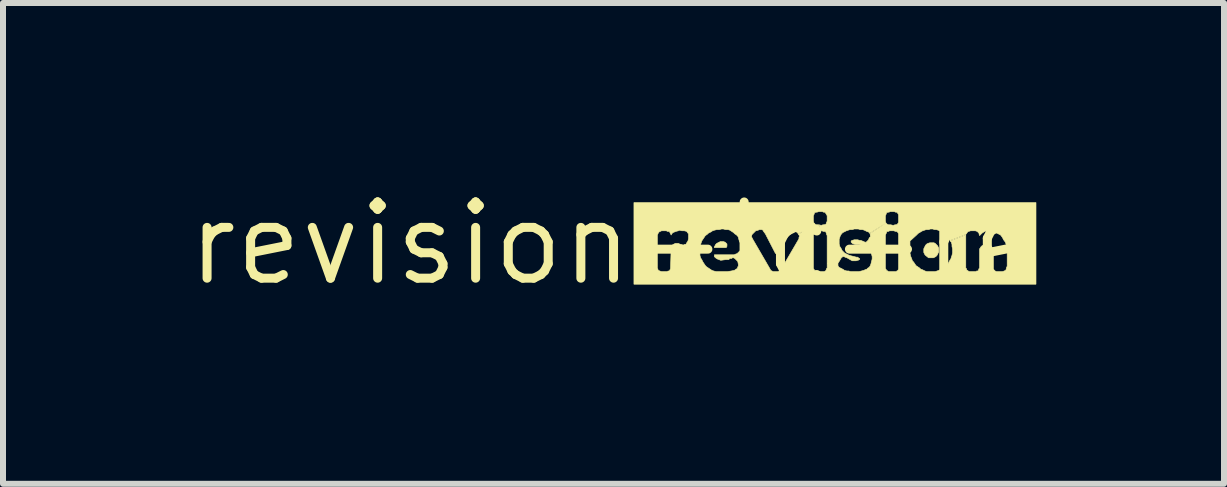
<source format=kicad_pcb>
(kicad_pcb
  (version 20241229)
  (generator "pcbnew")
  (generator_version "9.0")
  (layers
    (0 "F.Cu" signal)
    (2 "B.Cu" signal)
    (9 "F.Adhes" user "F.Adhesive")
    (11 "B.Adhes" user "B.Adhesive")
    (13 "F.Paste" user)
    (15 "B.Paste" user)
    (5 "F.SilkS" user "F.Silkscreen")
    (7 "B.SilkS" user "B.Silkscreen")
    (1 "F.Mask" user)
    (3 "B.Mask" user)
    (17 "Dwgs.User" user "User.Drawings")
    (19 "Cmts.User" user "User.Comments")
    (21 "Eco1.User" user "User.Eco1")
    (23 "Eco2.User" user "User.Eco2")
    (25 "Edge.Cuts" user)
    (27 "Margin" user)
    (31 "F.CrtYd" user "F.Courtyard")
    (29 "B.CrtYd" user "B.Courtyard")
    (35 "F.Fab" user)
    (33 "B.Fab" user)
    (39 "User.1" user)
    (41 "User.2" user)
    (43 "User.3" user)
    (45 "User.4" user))
  (footprint "revision-lc-re"
    (layer "F.Cu")
    (at 7.174 1.006)
    (property "Reference" "revision-lc-re" (at 0 0 0) (layer "F.SilkS") (effects (font (size 1.27 1.27) (thickness 0.15))))
    (attr board_only exclude_from_pos_files exclude_from_bom)
    (fp_poly (pts (xy 1.84 0.07) (xy 1.86 0.07) (xy 1.87 0.07) (xy 1.88 0.07) (xy 1.88 0.06) (xy 1.89 0.05) (xy 1.89 0.04) (xy 1.89 0.02) (xy 1.89 0.01) (xy 1.87 -0.01) (xy 1.86 -0.02) (xy 1.83 -0.03) (xy 1.8 -0.03) (xy 1.78 -0.03) (xy 1.76 -0.02) (xy 1.74 -0.01) (xy 1.72 0) (xy 1.7 0.02) (xy 1.69 0.04) (xy 1.68 0.06) (xy 1.68 0.07) (xy 1.84 0.07)) (stroke (width 0.01) (type solid)) (fill yes) (layer "F.SilkS"))
    (fp_poly (pts (xy 5.25 0.24) (xy 5.31 0.24) (xy 5.33 0.24) (xy 5.35 0.23) (xy 5.37 0.22) (xy 5.39 0.2) (xy 5.4 0.18) (xy 5.41 0.16) (xy 5.42 0.14) (xy 5.42 0.11) (xy 5.42 0.08) (xy 5.41 0.06) (xy 5.4 0.04) (xy 5.38 0.02) (xy 5.36 0) (xy 5.34 -0.01) (xy 5.31 -0.01) (xy 5.29 -0.01) (xy 5.27 -0.01) (xy 5.24 0) (xy 5.22 0.01) (xy 5.2 0.03) (xy 5.19 0.05) (xy 5.18 0.07) (xy 5.17 0.09) (xy 5.17 0.12) (xy 5.17 0.15) (xy 5.18 0.17) (xy 5.19 0.19) (xy 5.2 0.2) (xy 5.25 0.24)) (stroke (width 0.01) (type solid)) (fill yes) (layer "F.SilkS"))
    (fp_poly (pts (xy 0.68 -0.68) (xy 0.34 -0.68) (xy 0.34 0.68) (xy 0.74 0.44) (xy 0.74 0.43) (xy 0.73 0.41) (xy 0.73 0.39) (xy 0.73 -0.14) (xy 0.74 -0.16) (xy 0.75 -0.18) (xy 0.76 -0.19) (xy 0.77 -0.2) (xy 0.78 -0.2) (xy 0.8 -0.21) (xy 0.86 -0.21) (xy 0.88 -0.21) (xy 0.9 -0.2) (xy 0.93 -0.2) (xy 0.94 -0.18) (xy 0.95 -0.16) (xy 0.96 -0.14) (xy 0.97 -0.16) (xy 0.99 -0.18) (xy 1.04 -0.2) (xy 1.08 -0.21) (xy 1.1 -0.22) (xy 1.14 -0.21) (xy 1.18 -0.21) (xy 1.22 -0.2) (xy 1.24 -0.17) (xy 1.25 -0.16) (xy 1.25 -0.14) (xy 1.25 -0.11) (xy 1.25 -0.08) (xy 1.46 -0.01) (xy 1.47 -0.04) (xy 1.49 -0.07) (xy 1.51 -0.1) (xy 1.53 -0.13) (xy 1.56 -0.15) (xy 1.58 -0.17) (xy 1.62 -0.19) (xy 1.65 -0.21) (xy 1.68 -0.22) (xy 1.72 -0.23) (xy 1.76 -0.23) (xy 1.8 -0.24) (xy 1.83 -0.24) (xy 1.87 -0.23) (xy 1.91 -0.23) (xy 1.94 -0.22) (xy 1.97 -0.2) (xy 2 -0.18) (xy 2.02 -0.16) (xy 2.05 -0.14) (xy 2.07 -0.12) (xy 2.08 -0.1) (xy 2.09 -0.06) (xy 2.1 -0.03) (xy 2.31 -0.09) (xy 2.3 -0.11) (xy 2.3 -0.13) (xy 2.31 -0.15) (xy 2.33 -0.17) (xy 2.35 -0.19) (xy 2.37 -0.21) (xy 2.41 -0.22) (xy 2.43 -0.23) (xy 2.45 -0.23) (xy 2.47 -0.23) (xy 2.49 -0.22) (xy 2.5 -0.2) (xy 2.53 -0.16) (xy 2.7 0.17) (xy 2.87 -0.16) (xy 2.88 -0.18) (xy 2.9 -0.21) (xy 2.91 -0.22) (xy 2.92 -0.23) (xy 2.94 -0.23) (xy 2.96 -0.23) (xy 2.97 -0.23) (xy 2.99 -0.22) (xy 3.03 -0.2) (xy 3.05 -0.19) (xy 3.07 -0.17) (xy 3.08 -0.16) (xy 3.35 -0.33) (xy 3.34 -0.34) (xy 3.33 -0.37) (xy 3.33 -0.46) (xy 3.34 -0.48) (xy 3.35 -0.51) (xy 3.37 -0.52) (xy 3.39 -0.52) (xy 3.42 -0.53) (xy 3.45 -0.53) (xy 3.48 -0.53) (xy 3.5 -0.52) (xy 3.52 -0.52) (xy 3.53 -0.51) (xy 3.55 -0.48) (xy 3.56 -0.46) (xy 3.56 -0.37) (xy 3.55 -0.35) (xy 3.54 -0.32) (xy 3.51 -0.31) (xy 3.49 -0.31) (xy 3.46 -0.3) (xy 3.43 -0.31) (xy 3.44 -0.21) (xy 3.47 -0.21) (xy 3.5 -0.2) (xy 3.52 -0.2) (xy 3.54 -0.19) (xy 3.54 -0.18) (xy 3.55 -0.16) (xy 3.55 -0.15) (xy 3.56 -0.13) (xy 3.56 0.41) (xy 3.74 0.37) (xy 3.74 0.35) (xy 3.74 0.33) (xy 3.76 0.3) (xy 3.79 0.25) (xy 3.8 0.23) (xy 3.81 0.23) (xy 3.82 0.22) (xy 3.84 0.22) (xy 3.86 0.23) (xy 3.89 0.24) (xy 3.96 0.28) (xy 3.98 0.29) (xy 4.01 0.29) (xy 4.04 0.29) (xy 4.07 0.28) (xy 4.08 0.28) (xy 4.09 0.27) (xy 4.1 0.27) (xy 4.1 0.26) (xy 4.1 0.25) (xy 4.09 0.25) (xy 4.08 0.24) (xy 4.07 0.23) (xy 4.05 0.23) (xy 4.01 0.22) (xy 3.97 0.21) (xy 3.93 0.2) (xy 3.89 0.18) (xy 3.85 0.16) (xy 3.83 0.14) (xy 3.81 0.12) (xy 3.79 0.08) (xy 3.77 0.05) (xy 3.76 0.01) (xy 3.76 -0.03) (xy 3.76 -0.07) (xy 3.77 -0.1) (xy 3.78 -0.13) (xy 3.8 -0.16) (xy 3.82 -0.18) (xy 3.84 -0.19) (xy 3.86 -0.2) (xy 3.88 -0.21) (xy 3.91 -0.22) (xy 3.94 -0.23) (xy 3.98 -0.23) (xy 4.01 -0.24) (xy 4.08 -0.24) (xy 4.11 -0.23) (xy 4.15 -0.23) (xy 4.18 -0.22) (xy 4.22 -0.2) (xy 4.25 -0.19) (xy 4.26 -0.18) (xy 4.27 -0.17) (xy 4.54 -0.34) (xy 4.53 -0.37) (xy 4.53 -0.46) (xy 4.54 -0.48) (xy 4.55 -0.51) (xy 4.57 -0.52) (xy 4.59 -0.52) (xy 4.61 -0.53) (xy 4.65 -0.53) (xy 4.68 -0.53) (xy 4.7 -0.52) (xy 4.72 -0.52) (xy 4.73 -0.51) (xy 4.75 -0.48) (xy 4.75 -0.46) (xy 4.75 -0.37) (xy 4.75 -0.35) (xy 4.73 -0.32) (xy 4.71 -0.31) (xy 4.69 -0.31) (xy 4.66 -0.3) (xy 4.62 -0.31) (xy 4.64 -0.21) (xy 4.67 -0.21) (xy 4.7 -0.2) (xy 4.72 -0.2) (xy 4.73 -0.19) (xy 4.74 -0.18) (xy 4.75 -0.16) (xy 4.75 -0.15) (xy 4.75 -0.13) (xy 4.94 -0.04) (xy 5.05 -0.14) (xy 5.08 -0.17) (xy 5.1 -0.18) (xy 5.13 -0.2) (xy 5.15 -0.21) (xy 5.18 -0.22) (xy 5.21 -0.23) (xy 5.25 -0.23) (xy 5.28 -0.24) (xy 5.32 -0.24) (xy 5.35 -0.23) (xy 5.38 -0.23) (xy 5.41 -0.22) (xy 5.44 -0.21) (xy 5.47 -0.19) (xy 5.5 -0.17) (xy 5.53 -0.15) (xy 5.56 -0.13) (xy 5.58 -0.1) (xy 5.6 -0.07) (xy 5.61 -0.05) (xy 5.87 -0.15) (xy 5.88 -0.16) (xy 5.9 -0.19) (xy 5.91 -0.2) (xy 5.92 -0.2) (xy 5.95 -0.21) (xy 5.97 -0.21) (xy 6 -0.21) (xy 6.03 -0.21) (xy 6.06 -0.2) (xy 6.07 -0.19) (xy 6.08 -0.18) (xy 6.09 -0.17) (xy 6.09 -0.16) (xy 6.1 -0.13) (xy 6.14 -0.17) (xy 6.17 -0.19) (xy 6.19 -0.2) (xy 6.21 -0.21) (xy 6.23 -0.21) (xy 6.25 -0.21) (xy 6.3 -0.21) (xy 6.34 -0.2) (xy 6.37 -0.18) (xy 6.41 -0.16) (xy 6.45 -0.14) (xy 6.48 -0.1) (xy 6.5 -0.06) (xy 6.53 -0.02) (xy 6.54 0.01) (xy 6.55 0.04) (xy 6.55 0.08) (xy 6.56 0.11) (xy 6.56 0.38) (xy 6.55 0.4) (xy 6.54 0.44) (xy 6.53 0.45) (xy 6.51 0.46) (xy 6.48 0.47) (xy 6.45 0.47) (xy 6.41 0.47) (xy 6.38 0.47) (xy 6.36 0.46) (xy 6.34 0.44) (xy 6.33 0.43) (xy 6.33 0.38) (xy 6.33 0.12) (xy 6.32 0.1) (xy 6.32 0.09) (xy 6.31 0.07) (xy 6.3 0.05) (xy 6.29 0.04) (xy 6.28 0.03) (xy 6.26 0.02) (xy 6.25 0.02) (xy 6.23 0.01) (xy 6.21 0.01) (xy 6.19 0.02) (xy 6.17 0.02) (xy 6.16 0.03) (xy 6.14 0.04) (xy 6.13 0.05) (xy 6.12 0.06) (xy 6.11 0.08) (xy 6.1 0.09) (xy 6.1 0.11) (xy 6.1 0.13) (xy 6.1 0.41) (xy 6.09 0.42) (xy 6.08 0.45) (xy 6.07 0.46) (xy 6.05 0.46) (xy 6.04 0.47) (xy 6.01 0.47) (xy 5.98 0.47) (xy 5.95 0.47) (xy 5.93 0.47) (xy 5.91 0.46) (xy 5.9 0.45) (xy 5.89 0.45) (xy 5.88 0.42) (xy 5.87 0.41) (xy 5.87 -0.14) (xy 5.61 -0.04) (xy 5.63 -0.02) (xy 5.64 0.02) (xy 5.64 0.05) (xy 5.65 0.09) (xy 5.65 0.13) (xy 5.65 0.16) (xy 5.64 0.2) (xy 5.63 0.23) (xy 5.62 0.26) (xy 5.6 0.29) (xy 5.58 0.33) (xy 5.56 0.35) (xy 5.54 0.38) (xy 5.51 0.4) (xy 5.48 0.42) (xy 5.46 0.43) (xy 5.42 0.45) (xy 5.39 0.46) (xy 5.36 0.47) (xy 5.32 0.47) (xy 5.29 0.47) (xy 5.25 0.47) (xy 5.22 0.47) (xy 5.19 0.46) (xy 5.15 0.44) (xy 5.12 0.43) (xy 5.1 0.41) (xy 5.07 0.39) (xy 5.04 0.37) (xy 5.02 0.34) (xy 5 0.31) (xy 4.98 0.29) (xy 4.97 0.26) (xy 4.95 0.21) (xy 4.94 0.16) (xy 4.94 0.12) (xy 4.94 -0.04) (xy 4.75 -0.13) (xy 4.75 0.41) (xy 4.75 0.42) (xy 4.74 0.45) (xy 4.72 0.46) (xy 4.71 0.47) (xy 4.68 0.47) (xy 4.65 0.47) (xy 4.61 0.47) (xy 4.58 0.47) (xy 4.57 0.46) (xy 4.55 0.45) (xy 4.54 0.43) (xy 4.53 0.42) (xy 4.53 0.41) (xy 4.53 -0.09) (xy 4.53 -0.14) (xy 4.54 -0.16) (xy 4.55 -0.18) (xy 4.55 -0.19) (xy 4.56 -0.2) (xy 4.58 -0.2) (xy 4.6 -0.21) (xy 4.64 -0.21) (xy 4.62 -0.31) (xy 4.6 -0.31) (xy 4.58 -0.31) (xy 4.56 -0.32) (xy 4.55 -0.33) (xy 4.54 -0.34) (xy 4.27 -0.16) (xy 4.28 -0.15) (xy 4.28 -0.13) (xy 4.28 -0.11) (xy 4.26 -0.09) (xy 4.25 -0.06) (xy 4.23 -0.04) (xy 4.21 -0.02) (xy 4.2 -0.02) (xy 4.19 -0.02) (xy 4.17 -0.03) (xy 4.12 -0.05) (xy 4.1 -0.05) (xy 4.07 -0.06) (xy 4.05 -0.06) (xy 4.01 -0.06) (xy 3.98 -0.05) (xy 3.97 -0.05) (xy 3.97 -0.04) (xy 3.96 -0.04) (xy 3.96 -0.03) (xy 3.96 -0.02) (xy 3.97 -0.01) (xy 3.98 0) (xy 4 0.01) (xy 4.04 0.02) (xy 4.09 0.02) (xy 4.13 0.03) (xy 4.17 0.04) (xy 4.2 0.06) (xy 4.23 0.07) (xy 4.24 0.08) (xy 4.26 0.1) (xy 4.27 0.11) (xy 4.29 0.14) (xy 4.3 0.18) (xy 4.31 0.22) (xy 4.31 0.26) (xy 4.3 0.3) (xy 4.29 0.34) (xy 4.28 0.37) (xy 4.26 0.4) (xy 4.24 0.41) (xy 4.22 0.43) (xy 4.19 0.44) (xy 4.17 0.45) (xy 4.13 0.46) (xy 4.09 0.47) (xy 4.05 0.47) (xy 4.01 0.47) (xy 3.98 0.47) (xy 3.95 0.47) (xy 3.92 0.46) (xy 3.89 0.46) (xy 3.85 0.45) (xy 3.82 0.43) (xy 3.76 0.4) (xy 3.75 0.39) (xy 3.74 0.37) (xy 3.56 0.41) (xy 3.55 0.42) (xy 3.54 0.45) (xy 3.53 0.46) (xy 3.51 0.47) (xy 3.48 0.47) (xy 3.45 0.47) (xy 3.41 0.47) (xy 3.38 0.47) (xy 3.37 0.46) (xy 3.35 0.45) (xy 3.34 0.43) (xy 3.33 0.42) (xy 3.33 0.41) (xy 3.33 -0.09) (xy 3.33 -0.14) (xy 3.34 -0.16) (xy 3.35 -0.18) (xy 3.35 -0.19) (xy 3.37 -0.2) (xy 3.38 -0.2) (xy 3.41 -0.21) (xy 3.44 -0.21) (xy 3.42 -0.31) (xy 3.4 -0.31) (xy 3.38 -0.31) (xy 3.36 -0.32) (xy 3.35 -0.33) (xy 3.08 -0.15) (xy 3.09 -0.14) (xy 3.1 -0.12) (xy 3.09 -0.1) (xy 3.09 -0.08) (xy 3.08 -0.06) (xy 2.8 0.42) (xy 2.79 0.43) (xy 2.78 0.44) (xy 2.76 0.46) (xy 2.74 0.47) (xy 2.72 0.47) (xy 2.7 0.47) (xy 2.68 0.47) (xy 2.66 0.47) (xy 2.64 0.46) (xy 2.62 0.45) (xy 2.61 0.43) (xy 2.32 -0.07) (xy 2.31 -0.09) (xy 2.1 -0.03) (xy 2.11 -0.01) (xy 2.11 0.02) (xy 2.11 0.12) (xy 2.07 0.16) (xy 2.06 0.17) (xy 2.03 0.18) (xy 2.01 0.19) (xy 1.99 0.19) (xy 1.68 0.19) (xy 1.68 0.2) (xy 1.68 0.22) (xy 1.69 0.23) (xy 1.7 0.24) (xy 1.73 0.26) (xy 1.76 0.27) (xy 1.78 0.28) (xy 1.8 0.28) (xy 1.87 0.27) (xy 1.92 0.27) (xy 1.94 0.25) (xy 1.97 0.25) (xy 1.98 0.24) (xy 2 0.24) (xy 2.02 0.25) (xy 2.03 0.26) (xy 2.05 0.28) (xy 2.07 0.3) (xy 2.08 0.35) (xy 2.08 0.36) (xy 2.08 0.38) (xy 2.07 0.39) (xy 2.07 0.4) (xy 2.06 0.42) (xy 2.04 0.43) (xy 2.03 0.44) (xy 2.01 0.45) (xy 1.96 0.46) (xy 1.9 0.47) (xy 1.83 0.47) (xy 1.79 0.47) (xy 1.75 0.47) (xy 1.71 0.47) (xy 1.67 0.46) (xy 1.64 0.45) (xy 1.61 0.43) (xy 1.58 0.41) (xy 1.55 0.39) (xy 1.53 0.37) (xy 1.51 0.34) (xy 1.49 0.31) (xy 1.47 0.27) (xy 1.45 0.24) (xy 1.44 0.2) (xy 1.44 0.17) (xy 1.44 0.13) (xy 1.44 0.09) (xy 1.44 0.06) (xy 1.45 0.02) (xy 1.46 -0.01) (xy 1.25 -0.08) (xy 1.24 -0.04) (xy 1.22 -0.01) (xy 1.21 0.01) (xy 1.2 0.02) (xy 1.18 0.02) (xy 1.17 0.03) (xy 1.16 0.03) (xy 1.13 0.02) (xy 1.1 0.01) (xy 1.08 0) (xy 1.06 0) (xy 1.03 0) (xy 1.01 0.01) (xy 0.99 0.02) (xy 0.97 0.04) (xy 0.96 0.06) (xy 0.96 0.07) (xy 0.96 0.09) (xy 0.95 0.41) (xy 0.95 0.42) (xy 0.94 0.44) (xy 0.93 0.46) (xy 0.91 0.46) (xy 0.89 0.47) (xy 0.86 0.47) (xy 0.83 0.47) (xy 0.8 0.47) (xy 0.77 0.46) (xy 0.75 0.45) (xy 0.74 0.44) (xy 0.34 0.68) (xy 7.04 0.68) (xy 7.04 -0.68) (xy 0.68 -0.68)) (stroke (width 0.01) (type solid)) (fill yes) (layer "F.SilkS")))
  (gr_rect
    (start -3 -3)
    (end 17.347 5.012)
    (stroke (width 0.1) (type default))
    (fill no)
    (layer "Edge.Cuts")))
</source>
